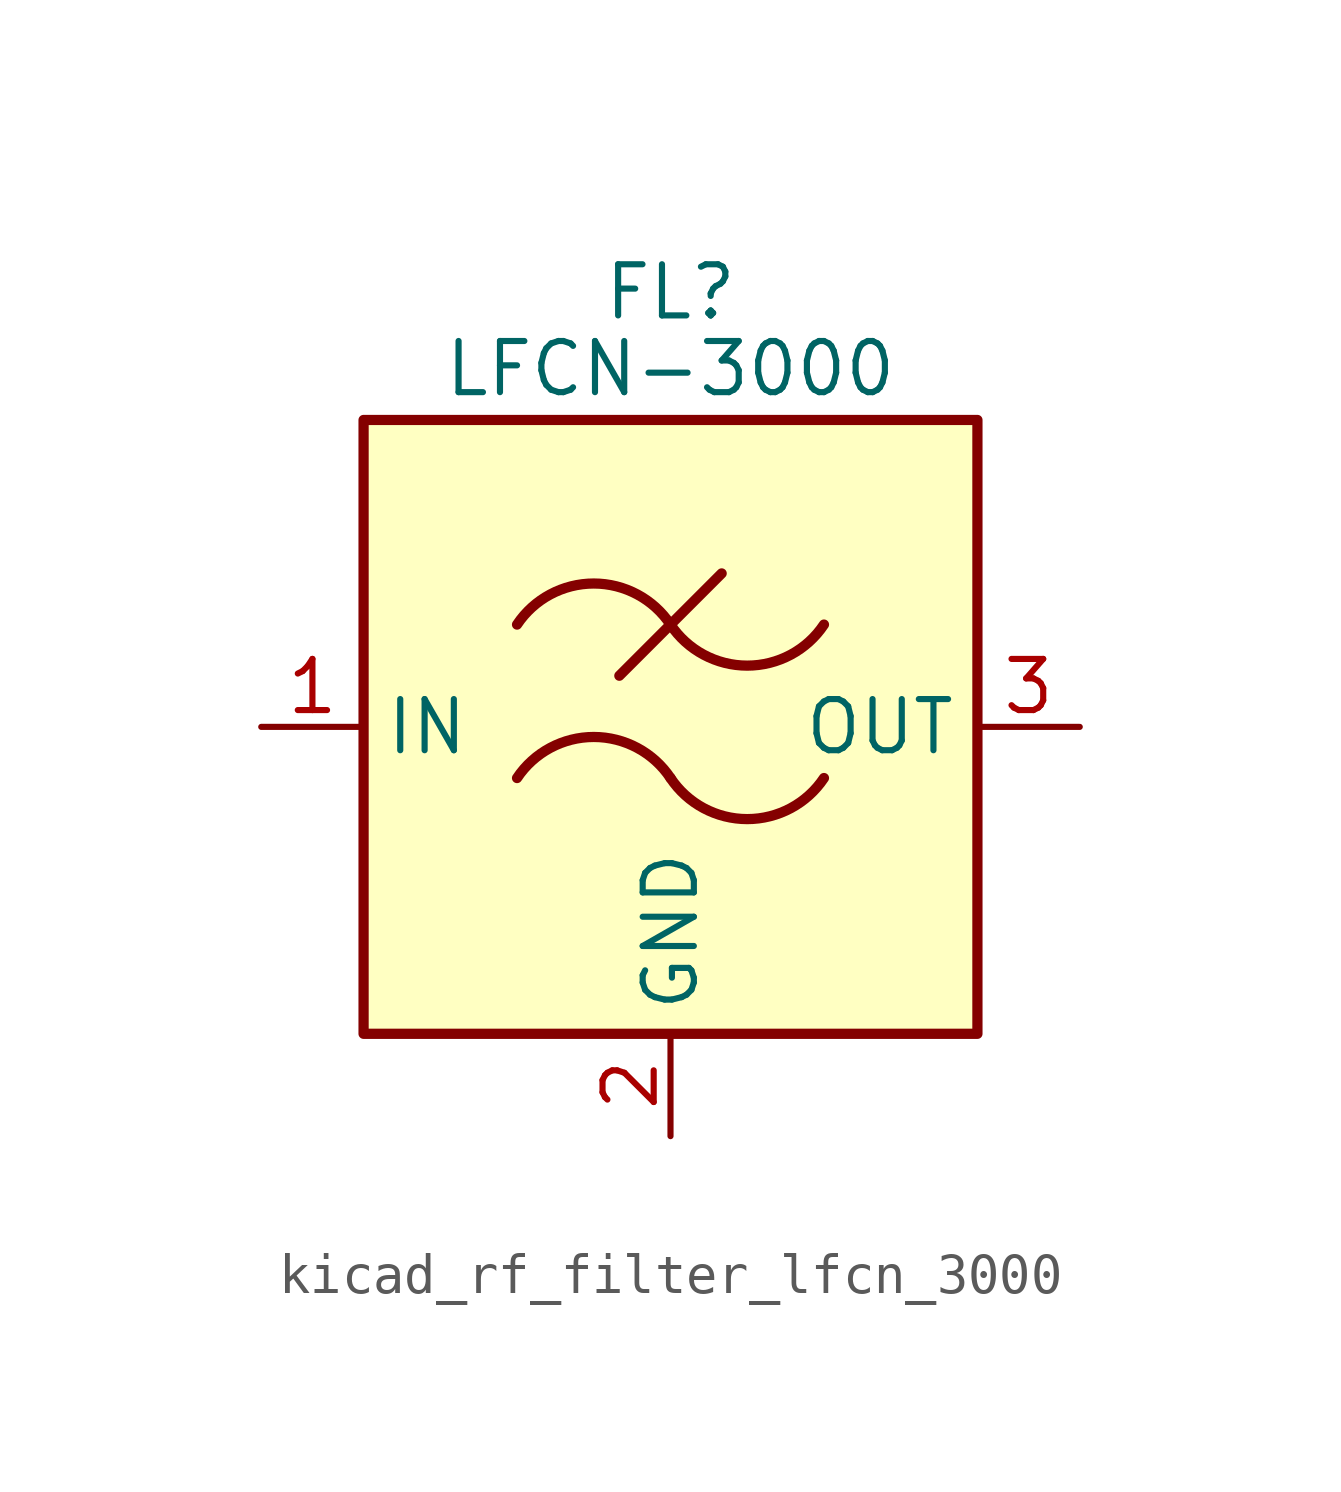
<source format=kicad_sym>
(kicad_symbol_lib
  (version 20220914)
  (generator kicad_symbol_editor)
  (symbol "kicad_rf_filter_lfcn_3000"
    (property "Reference" "FL"
      (at 0 10.795 0)
      (effects (font (size 1.27 1.27))))
    (property "Value" "LFCN-3000"
      (at 0 8.89 0)
      (effects (font (size 1.27 1.27))))
    (symbol "kicad_rf_filter_lfcn_3000_0_1"
      (rectangle (start -7.62 7.62) (end 7.62 -7.62) (stroke (width 0.254) (type default)) (fill (type background)))
      (arc (start 0 -1.27) (mid -1.905 -0.2505) (end -3.81 -1.27) (stroke (width 0.254) (type default)) (fill (type none)))
      (arc (start 0 -1.27) (mid 1.905 -2.2895) (end 3.81 -1.27) (stroke (width 0.254) (type default)) (fill (type none)))
      (polyline (pts (xy -1.27 1.27) (xy 1.27 3.81)) (stroke (width 0.254) (type default)) (fill (type none)))
      (arc (start 0 2.54) (mid -1.905 3.5595) (end -3.81 2.54) (stroke (width 0.254) (type default)) (fill (type none)))
      (arc (start 0 2.54) (mid 1.905 1.5205) (end 3.81 2.54) (stroke (width 0.254) (type default)) (fill (type none))))
    (symbol "kicad_rf_filter_lfcn_3000_1_1"
      (pin passive line (at -10.16 0 0) (length 2.54) (name "IN" (effects (font (size 1.27 1.27)))) (number "1" (effects (font (size 1.27 1.27)))))
      (pin passive line (at 0 -10.16 90) (length 2.54) (name "GND" (effects (font (size 1.27 1.27)))) (number "2" (effects (font (size 1.27 1.27)))))
      (pin passive line (at 10.16 0 180) (length 2.54) (name "OUT" (effects (font (size 1.27 1.27)))) (number "3" (effects (font (size 1.27 1.27)))))
      (pin passive line (at 0 -10.16 90) (length 2.54) hide (name "GND" (effects (font (size 1.27 1.27)))) (number "4" (effects (font (size 1.27 1.27))))))))
</source>
